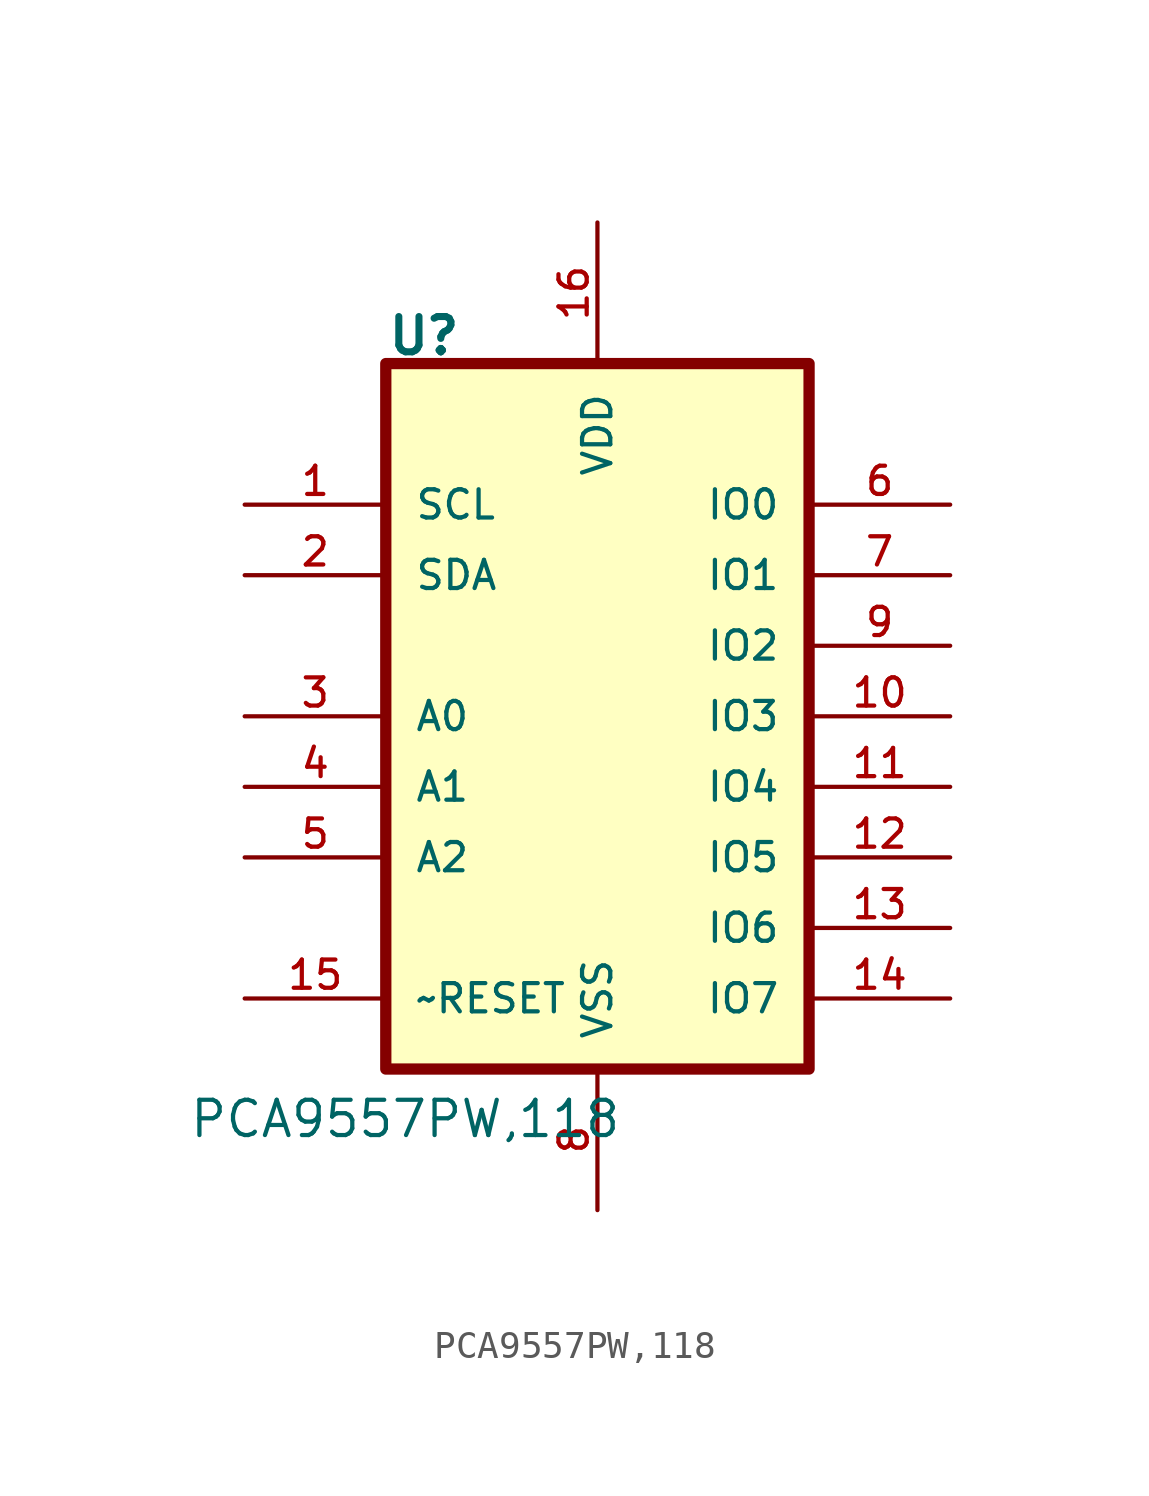
<source format=kicad_sym>
(kicad_symbol_lib
  (version 20220914)
  (generator kicad_symbol_editor)
  (symbol "PCA9557PW,118"
    (pin_names
      (offset 1.016))
    (property "Reference" "U"
      (at -7.62 15.494 0)
      (do_not_autoplace)
      (effects (font (size 1.27 1.27) bold) (justify left bottom)))
    (property "Value" "PCA9557PW,118"
      (at -14.732 -12.7 0)
      (do_not_autoplace)
      (effects (font (size 1.27 1.27)) (justify left bottom)))
    (symbol "PCA9557PW,118_0_0"
      (rectangle (start -7.62 15.24) (end 7.62 -10.16) (stroke (width 0.406) (type default)) (fill (type background)))
      (pin input line (at -12.7 10.16 0) (length 5.08) (name "SCL" (effects (font (size 1.016 1.016)))) (number "1" (effects (font (size 1.016 1.016)))))
      (pin bidirectional line (at 12.7 2.54 180) (length 5.08) (name "IO3" (effects (font (size 1.016 1.016)))) (number "10" (effects (font (size 1.016 1.016)))))
      (pin bidirectional line (at 12.7 0 180) (length 5.08) (name "IO4" (effects (font (size 1.016 1.016)))) (number "11" (effects (font (size 1.016 1.016)))))
      (pin bidirectional line (at 12.7 -2.54 180) (length 5.08) (name "IO5" (effects (font (size 1.016 1.016)))) (number "12" (effects (font (size 1.016 1.016)))))
      (pin bidirectional line (at 12.7 -5.08 180) (length 5.08) (name "IO6" (effects (font (size 1.016 1.016)))) (number "13" (effects (font (size 1.016 1.016)))))
      (pin bidirectional line (at 12.7 -7.62 180) (length 5.08) (name "IO7" (effects (font (size 1.016 1.016)))) (number "14" (effects (font (size 1.016 1.016)))))
      (pin input line (at -12.7 -7.62 0) (length 5.08) (name "~RESET" (effects (font (size 1.016 1.016)))) (number "15" (effects (font (size 1.016 1.016)))))
      (pin power_in line (at 0 20.32 270) (length 5.08) (name "VDD" (effects (font (size 1.016 1.016)))) (number "16" (effects (font (size 1.016 1.016)))))
      (pin bidirectional line (at -12.7 7.62 0) (length 5.08) (name "SDA" (effects (font (size 1.016 1.016)))) (number "2" (effects (font (size 1.016 1.016)))))
      (pin input line (at -12.7 2.54 0) (length 5.08) (name "A0" (effects (font (size 1.016 1.016)))) (number "3" (effects (font (size 1.016 1.016)))))
      (pin input line (at -12.7 0 0) (length 5.08) (name "A1" (effects (font (size 1.016 1.016)))) (number "4" (effects (font (size 1.016 1.016)))))
      (pin input line (at -12.7 -2.54 0) (length 5.08) (name "A2" (effects (font (size 1.016 1.016)))) (number "5" (effects (font (size 1.016 1.016)))))
      (pin bidirectional line (at 12.7 10.16 180) (length 5.08) (name "IO0" (effects (font (size 1.016 1.016)))) (number "6" (effects (font (size 1.016 1.016)))))
      (pin bidirectional line (at 12.7 7.62 180) (length 5.08) (name "IO1" (effects (font (size 1.016 1.016)))) (number "7" (effects (font (size 1.016 1.016)))))
      (pin passive line (at 0 -15.24 90) (length 5.08) (name "VSS" (effects (font (size 1.016 1.016)))) (number "8" (effects (font (size 1.016 1.016)))))
      (pin bidirectional line (at 12.7 5.08 180) (length 5.08) (name "IO2" (effects (font (size 1.016 1.016)))) (number "9" (effects (font (size 1.016 1.016))))))))
</source>
